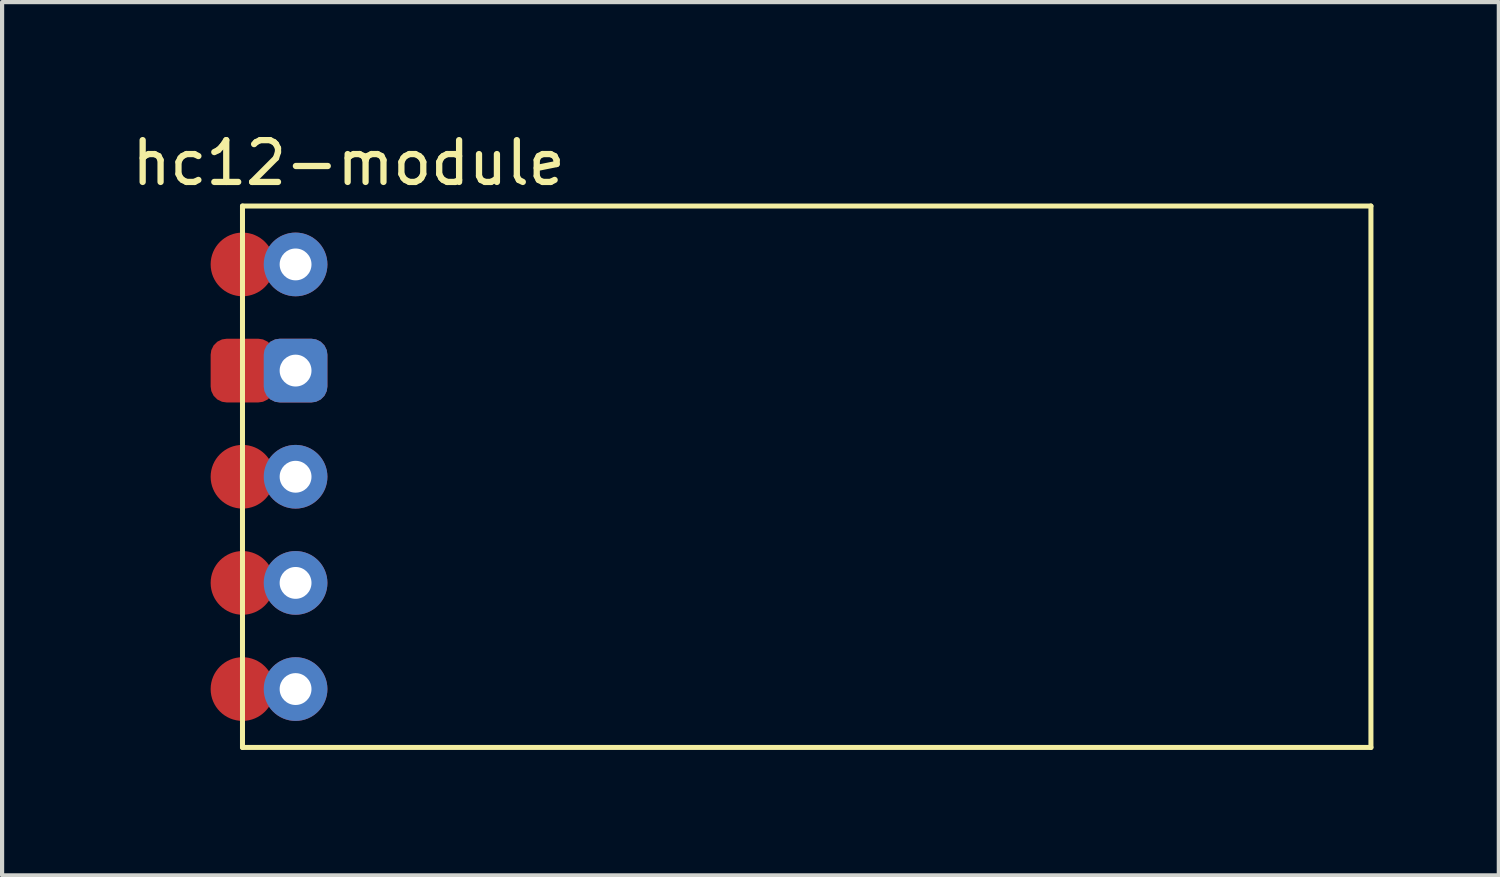
<source format=kicad_pcb>
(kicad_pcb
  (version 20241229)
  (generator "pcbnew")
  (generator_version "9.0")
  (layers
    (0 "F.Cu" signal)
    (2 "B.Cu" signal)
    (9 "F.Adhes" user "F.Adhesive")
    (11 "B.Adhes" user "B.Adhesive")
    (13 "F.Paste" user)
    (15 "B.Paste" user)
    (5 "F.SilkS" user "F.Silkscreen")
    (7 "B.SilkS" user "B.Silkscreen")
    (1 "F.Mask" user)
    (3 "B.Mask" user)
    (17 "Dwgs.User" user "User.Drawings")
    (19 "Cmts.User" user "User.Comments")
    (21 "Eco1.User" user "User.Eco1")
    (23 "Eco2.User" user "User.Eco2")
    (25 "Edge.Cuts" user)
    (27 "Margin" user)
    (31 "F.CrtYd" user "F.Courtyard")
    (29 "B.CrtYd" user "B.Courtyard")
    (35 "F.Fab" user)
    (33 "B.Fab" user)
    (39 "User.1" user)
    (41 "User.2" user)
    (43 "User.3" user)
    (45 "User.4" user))
  (footprint "hc12-module"
    (layer "F.Cu")
    (at 2.752 0.737)
    (property "Reference" "hc12-module" (at 2.54 0.111 0) (layer "F.SilkS") (effects (font (size 1 1) (thickness 0.15))))
    (attr through_hole)
    (fp_line (start 0 1.143) (end 27 1.143) (stroke (width 0.12) (type solid)) (layer "F.SilkS"))
    (fp_line (start 0 14.097) (end 0 1.143) (stroke (width 0.12) (type solid)) (layer "F.SilkS"))
    (fp_line (start 27 1.143) (end 27 14.097) (stroke (width 0.12) (type solid)) (layer "F.SilkS"))
    (fp_line (start 27 14.097) (end 0 14.097) (stroke (width 0.12) (type solid)) (layer "F.SilkS"))
    (pad "0" smd circle (at 0 2.54) (size 1.524 1.524) (layers "F.Cu" "F.Mask" "F.Paste"))
    (pad "0" thru_hole circle (at 1.27 2.54) (size 1.524 1.524) (drill 0.762) (layers "*.Cu" "*.Mask"))
    (pad "1" smd roundrect (at 0 5.08) (size 1.524 1.524) (layers "F.Cu" "F.Mask" "F.Paste") (roundrect_rratio 0.25))
    (pad "1" thru_hole roundrect (at 1.27 5.08) (size 1.524 1.524) (drill 0.762) (layers "*.Cu" "*.Mask") (roundrect_rratio 0.25))
    (pad "2" smd circle (at 0 7.62) (size 1.524 1.524) (layers "F.Cu" "F.Mask" "F.Paste"))
    (pad "2" thru_hole circle (at 1.27 7.62) (size 1.524 1.524) (drill 0.762) (layers "*.Cu" "*.Mask"))
    (pad "3" smd circle (at 0 10.16) (size 1.524 1.524) (layers "F.Cu" "F.Mask" "F.Paste"))
    (pad "3" thru_hole circle (at 1.27 10.16) (size 1.524 1.524) (drill 0.762) (layers "*.Cu" "*.Mask"))
    (pad "4" smd circle (at 0 12.7) (size 1.524 1.524) (layers "F.Cu" "F.Mask" "F.Paste"))
    (pad "4" thru_hole circle (at 1.27 12.7) (size 1.524 1.524) (drill 0.762) (layers "*.Cu" "*.Mask")))
  (gr_rect
    (start -3 -3)
    (end 32.812 17.894)
    (stroke (width 0.1) (type default))
    (fill no)
    (layer "Edge.Cuts")))
</source>
